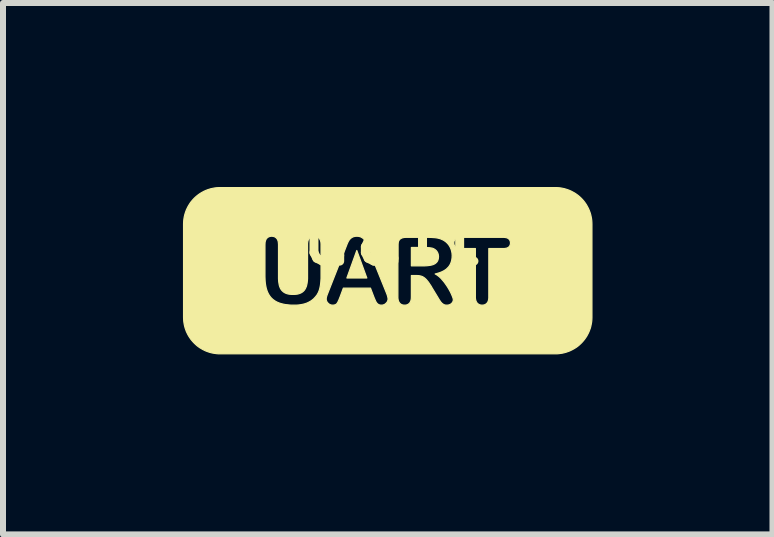
<source format=kicad_pcb>
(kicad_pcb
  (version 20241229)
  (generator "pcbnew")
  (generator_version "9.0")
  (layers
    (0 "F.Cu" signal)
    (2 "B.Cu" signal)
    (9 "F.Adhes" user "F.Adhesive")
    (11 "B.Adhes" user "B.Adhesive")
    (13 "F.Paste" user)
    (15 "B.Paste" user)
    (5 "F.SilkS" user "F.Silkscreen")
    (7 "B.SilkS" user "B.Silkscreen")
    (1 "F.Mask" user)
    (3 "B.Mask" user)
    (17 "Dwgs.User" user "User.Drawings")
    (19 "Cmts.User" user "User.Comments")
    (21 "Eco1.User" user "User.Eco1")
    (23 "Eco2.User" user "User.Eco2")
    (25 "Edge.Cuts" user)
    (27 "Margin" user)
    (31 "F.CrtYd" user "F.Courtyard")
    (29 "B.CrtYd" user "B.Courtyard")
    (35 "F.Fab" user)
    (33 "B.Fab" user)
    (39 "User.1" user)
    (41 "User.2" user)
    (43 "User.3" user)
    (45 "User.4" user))
  (footprint "uart"
    (layer "F.Cu")
    (at 3.446 1.348)
    (property "Reference" "uart" (at 0 -0.5 0) (unlocked yes) (layer "F.SilkS") (effects (font (size 1 1) (thickness 0.15))))
    (attr smd)
    (fp_poly (pts (xy -0.381 0.236) (xy -0.713 0.236) (xy -0.548 -0.222)) (stroke (width 0.02) (type solid)) (fill yes) (layer "F.SilkS"))
    (fp_poly (pts (xy 0.597 -0.272) (xy 0.623 -0.271) (xy 0.635 -0.27) (xy 0.646 -0.269) (xy 0.656 -0.269) (xy 0.666 -0.268) (xy 0.676 -0.266) (xy 0.685 -0.265) (xy 0.693 -0.264) (xy 0.7 -0.262) (xy 0.707 -0.261) (xy 0.714 -0.259) (xy 0.72 -0.257) (xy 0.725 -0.255) (xy 0.73 -0.253) (xy 0.735 -0.25) (xy 0.74 -0.248) (xy 0.745 -0.245) (xy 0.749 -0.242) (xy 0.754 -0.239) (xy 0.758 -0.236) (xy 0.762 -0.233) (xy 0.766 -0.23) (xy 0.77 -0.226) (xy 0.774 -0.222) (xy 0.777 -0.219) (xy 0.781 -0.215) (xy 0.784 -0.211) (xy 0.787 -0.206) (xy 0.79 -0.202) (xy 0.793 -0.198) (xy 0.796 -0.193) (xy 0.798 -0.189) (xy 0.8 -0.184) (xy 0.802 -0.179) (xy 0.804 -0.174) (xy 0.806 -0.169) (xy 0.808 -0.164) (xy 0.809 -0.159) (xy 0.81 -0.154) (xy 0.811 -0.149) (xy 0.812 -0.143) (xy 0.813 -0.138) (xy 0.813 -0.132) (xy 0.814 -0.127) (xy 0.814 -0.121) (xy 0.814 -0.114) (xy 0.813 -0.106) (xy 0.813 -0.1) (xy 0.812 -0.093) (xy 0.811 -0.086) (xy 0.809 -0.08) (xy 0.808 -0.074) (xy 0.806 -0.068) (xy 0.804 -0.062) (xy 0.802 -0.057) (xy 0.8 -0.051) (xy 0.797 -0.046) (xy 0.794 -0.041) (xy 0.791 -0.037) (xy 0.788 -0.032) (xy 0.784 -0.028) (xy 0.78 -0.024) (xy 0.776 -0.02) (xy 0.772 -0.016) (xy 0.768 -0.012) (xy 0.763 -0.009) (xy 0.759 -0.005) (xy 0.754 -0.002) (xy 0.749 0.001) (xy 0.743 0.004) (xy 0.738 0.007) (xy 0.732 0.009) (xy 0.726 0.012) (xy 0.72 0.014) (xy 0.713 0.016) (xy 0.707 0.018) (xy 0.7 0.02) (xy 0.686 0.023) (xy 0.671 0.026) (xy 0.655 0.028) (xy 0.638 0.03) (xy 0.621 0.032) (xy 0.602 0.033) (xy 0.583 0.034) (xy 0.564 0.034) (xy 0.362 0.034) (xy 0.362 -0.272) (xy 0.57 -0.272)) (stroke (width 0.02) (type solid)) (fill yes) (layer "F.SilkS"))
    (fp_poly (pts (xy 2.794 -1.27) (xy 2.825 -1.268) (xy 2.856 -1.264) (xy 2.886 -1.258) (xy 2.915 -1.252) (xy 2.944 -1.243) (xy 2.972 -1.234) (xy 3 -1.223) (xy 3.027 -1.211) (xy 3.053 -1.197) (xy 3.079 -1.183) (xy 3.104 -1.167) (xy 3.128 -1.15) (xy 3.151 -1.132) (xy 3.173 -1.113) (xy 3.194 -1.093) (xy 3.214 -1.072) (xy 3.233 -1.05) (xy 3.251 -1.027) (xy 3.268 -1.003) (xy 3.284 -0.978) (xy 3.298 -0.952) (xy 3.312 -0.926) (xy 3.324 -0.899) (xy 3.335 -0.871) (xy 3.345 -0.843) (xy 3.353 -0.814) (xy 3.359 -0.785) (xy 3.365 -0.755) (xy 3.369 -0.724) (xy 3.371 -0.693) (xy 3.372 -0.662) (xy 3.372 0.891) (xy 3.371 0.923) (xy 3.369 0.954) (xy 3.365 0.984) (xy 3.359 1.014) (xy 3.353 1.044) (xy 3.345 1.073) (xy 3.335 1.101) (xy 3.324 1.129) (xy 3.312 1.156) (xy 3.298 1.182) (xy 3.284 1.208) (xy 3.268 1.232) (xy 3.251 1.256) (xy 3.233 1.279) (xy 3.214 1.301) (xy 3.194 1.322) (xy 3.173 1.342) (xy 3.151 1.362) (xy 3.128 1.38) (xy 3.104 1.397) (xy 3.079 1.412) (xy 3.053 1.427) (xy 3.027 1.44) (xy 3 1.453) (xy 2.972 1.463) (xy 2.944 1.473) (xy 2.915 1.481) (xy 2.886 1.488) (xy 2.856 1.493) (xy 2.825 1.497) (xy 2.794 1.5) (xy 2.763 1.5) (xy -2.827 1.5) (xy -2.858 1.5) (xy -2.889 1.497) (xy -2.92 1.493) (xy -2.95 1.488) (xy -2.98 1.481) (xy -3.009 1.473) (xy -3.037 1.463) (xy -3.065 1.453) (xy -3.092 1.44) (xy -3.118 1.427) (xy -3.143 1.412) (xy -3.168 1.397) (xy -3.192 1.38) (xy -3.215 1.362) (xy -3.237 1.342) (xy -3.258 1.322) (xy -3.278 1.301) (xy -3.297 1.279) (xy -3.316 1.256) (xy -3.332 1.232) (xy -3.348 1.208) (xy -3.363 1.182) (xy -3.376 1.156) (xy -3.389 1.129) (xy -3.399 1.101) (xy -3.409 1.073) (xy -3.417 1.044) (xy -3.424 1.014) (xy -3.429 0.984) (xy -3.433 0.954) (xy -3.435 0.923) (xy -3.436 0.891) (xy -3.436 0.211) (xy -2.079 0.211) (xy -2.078 0.242) (xy -2.077 0.272) (xy -2.075 0.301) (xy -2.072 0.328) (xy -2.068 0.355) (xy -2.063 0.38) (xy -2.061 0.392) (xy -2.058 0.405) (xy -2.055 0.416) (xy -2.051 0.428) (xy -2.048 0.439) (xy -2.044 0.45) (xy -2.04 0.461) (xy -2.036 0.471) (xy -2.031 0.481) (xy -2.026 0.491) (xy -2.022 0.501) (xy -2.016 0.51) (xy -2.011 0.519) (xy -2.005 0.528) (xy -1.999 0.537) (xy -1.993 0.545) (xy -1.987 0.553) (xy -1.98 0.561) (xy -1.973 0.569) (xy -1.966 0.576) (xy -1.958 0.583) (xy -1.951 0.59) (xy -1.943 0.597) (xy -1.934 0.603) (xy -1.926 0.609) (xy -1.917 0.615) (xy -1.908 0.621) (xy -1.899 0.627) (xy -1.889 0.632) (xy -1.879 0.637) (xy -1.869 0.642) (xy -1.859 0.646) (xy -1.848 0.65) (xy -1.837 0.655) (xy -1.826 0.658) (xy -1.815 0.662) (xy -1.791 0.668) (xy -1.766 0.674) (xy -1.74 0.679) (xy -1.713 0.682) (xy -1.685 0.685) (xy -1.656 0.688) (xy -1.626 0.689) (xy -1.594 0.689) (xy -1.568 0.689) (xy -1.542 0.688) (xy -1.517 0.686) (xy -1.494 0.683) (xy -1.47 0.679) (xy -1.459 0.677) (xy -1.448 0.675) (xy -1.437 0.672) (xy -1.427 0.67) (xy -1.417 0.667) (xy -1.406 0.664) (xy -1.396 0.66) (xy -1.387 0.657) (xy -1.377 0.653) (xy -1.367 0.649) (xy -1.358 0.644) (xy -1.349 0.64) (xy -1.34 0.635) (xy -1.331 0.63) (xy -1.322 0.625) (xy -1.314 0.62) (xy -1.305 0.614) (xy -1.297 0.608) (xy -1.289 0.602) (xy -1.281 0.595) (xy -1.273 0.589) (xy -1.272 0.588) (xy -1.058 0.588) (xy -1.058 0.593) (xy -1.057 0.597) (xy -1.057 0.602) (xy -1.056 0.607) (xy -1.054 0.612) (xy -1.053 0.616) (xy -1.051 0.621) (xy -1.05 0.625) (xy -1.047 0.629) (xy -1.045 0.634) (xy -1.042 0.638) (xy -1.039 0.642) (xy -1.036 0.646) (xy -1.033 0.65) (xy -1.029 0.654) (xy -1.025 0.658) (xy -1.021 0.662) (xy -1.017 0.665) (xy -1.013 0.669) (xy -1.008 0.672) (xy -1.004 0.675) (xy -0.999 0.677) (xy -0.995 0.679) (xy -0.99 0.682) (xy -0.985 0.683) (xy -0.981 0.685) (xy -0.976 0.686) (xy -0.971 0.687) (xy -0.966 0.688) (xy -0.961 0.689) (xy -0.955 0.689) (xy -0.95 0.689) (xy -0.944 0.689) (xy -0.938 0.689) (xy -0.932 0.688) (xy -0.927 0.687) (xy -0.922 0.686) (xy -0.916 0.685) (xy -0.912 0.684) (xy -0.907 0.682) (xy -0.903 0.68) (xy -0.898 0.678) (xy -0.895 0.676) (xy -0.893 0.674) (xy -0.891 0.673) (xy -0.889 0.672) (xy -0.887 0.67) (xy -0.886 0.669) (xy -0.884 0.667) (xy -0.882 0.666) (xy -0.881 0.664) (xy -0.879 0.662) (xy -0.878 0.66) (xy -0.872 0.652) (xy -0.866 0.642) (xy -0.86 0.631) (xy -0.854 0.617) (xy -0.847 0.603) (xy -0.84 0.586) (xy -0.833 0.568) (xy -0.825 0.548) (xy -0.772 0.405) (xy -0.32 0.405) (xy -0.267 0.544) (xy -0.256 0.572) (xy -0.242 0.604) (xy -0.238 0.613) (xy -0.235 0.62) (xy -0.231 0.627) (xy -0.228 0.634) (xy -0.224 0.64) (xy -0.221 0.645) (xy -0.219 0.648) (xy -0.217 0.65) (xy -0.216 0.652) (xy -0.214 0.654) (xy -0.212 0.656) (xy -0.211 0.658) (xy -0.209 0.66) (xy -0.207 0.662) (xy -0.205 0.664) (xy -0.204 0.665) (xy -0.202 0.667) (xy -0.2 0.669) (xy -0.198 0.67) (xy -0.196 0.672) (xy -0.194 0.673) (xy -0.191 0.675) (xy -0.189 0.676) (xy -0.187 0.677) (xy -0.185 0.678) (xy -0.182 0.679) (xy -0.18 0.681) (xy -0.177 0.682) (xy -0.175 0.683) (xy -0.172 0.684) (xy -0.17 0.685) (xy -0.167 0.685) (xy -0.164 0.686) (xy -0.161 0.687) (xy -0.159 0.687) (xy -0.156 0.688) (xy -0.153 0.688) (xy -0.15 0.689) (xy -0.146 0.689) (xy -0.143 0.689) (xy -0.14 0.689) (xy -0.137 0.689) (xy -0.131 0.689) (xy -0.126 0.689) (xy -0.12 0.688) (xy -0.115 0.687) (xy -0.11 0.686) (xy -0.105 0.685) (xy -0.1 0.683) (xy -0.095 0.681) (xy -0.09 0.679) (xy -0.085 0.677) (xy -0.081 0.674) (xy -0.076 0.671) (xy -0.072 0.668) (xy -0.068 0.665) (xy -0.064 0.661) (xy -0.059 0.657) (xy -0.056 0.653) (xy -0.052 0.649) (xy -0.048 0.645) (xy -0.045 0.641) (xy -0.042 0.637) (xy -0.04 0.632) (xy -0.037 0.628) (xy -0.035 0.623) (xy -0.033 0.619) (xy -0.032 0.614) (xy -0.03 0.61) (xy -0.029 0.605) (xy -0.028 0.601) (xy -0.027 0.596) (xy -0.027 0.591) (xy -0.027 0.586) (xy -0.027 0.581) (xy -0.027 0.576) (xy -0.028 0.571) (xy -0.029 0.565) (xy -0.03 0.559) (xy -0.032 0.552) (xy 0.137 0.552) (xy 0.137 0.56) (xy 0.137 0.569) (xy 0.138 0.576) (xy 0.139 0.584) (xy 0.14 0.591) (xy 0.141 0.598) (xy 0.142 0.605) (xy 0.144 0.611) (xy 0.146 0.618) (xy 0.148 0.624) (xy 0.151 0.629) (xy 0.153 0.635) (xy 0.156 0.64) (xy 0.159 0.645) (xy 0.163 0.65) (xy 0.166 0.654) (xy 0.17 0.659) (xy 0.174 0.663) (xy 0.178 0.666) (xy 0.183 0.67) (xy 0.187 0.673) (xy 0.192 0.676) (xy 0.197 0.678) (xy 0.202 0.681) (xy 0.207 0.683) (xy 0.213 0.684) (xy 0.218 0.686) (xy 0.224 0.687) (xy 0.23 0.688) (xy 0.237 0.689) (xy 0.243 0.689) (xy 0.25 0.689) (xy 0.256 0.689) (xy 0.262 0.689) (xy 0.268 0.688) (xy 0.274 0.687) (xy 0.279 0.686) (xy 0.285 0.685) (xy 0.29 0.683) (xy 0.295 0.681) (xy 0.3 0.679) (xy 0.305 0.676) (xy 0.31 0.674) (xy 0.314 0.671) (xy 0.318 0.667) (xy 0.323 0.664) (xy 0.327 0.66) (xy 0.331 0.656) (xy 0.335 0.652) (xy 0.338 0.647) (xy 0.341 0.642) (xy 0.344 0.637) (xy 0.347 0.631) (xy 0.35 0.626) (xy 0.352 0.62) (xy 0.354 0.613) (xy 0.356 0.607) (xy 0.357 0.6) (xy 0.359 0.593) (xy 0.36 0.585) (xy 0.361 0.577) (xy 0.361 0.569) (xy 0.362 0.561) (xy 0.362 0.552) (xy 0.362 0.195) (xy 0.441 0.195) (xy 0.448 0.195) (xy 0.455 0.195) (xy 0.462 0.196) (xy 0.469 0.196) (xy 0.476 0.197) (xy 0.483 0.197) (xy 0.489 0.198) (xy 0.495 0.199) (xy 0.502 0.2) (xy 0.508 0.201) (xy 0.513 0.203) (xy 0.519 0.204) (xy 0.524 0.206) (xy 0.53 0.207) (xy 0.535 0.209) (xy 0.54 0.211) (xy 0.545 0.213) (xy 0.55 0.215) (xy 0.555 0.218) (xy 0.56 0.221) (xy 0.564 0.224) (xy 0.569 0.227) (xy 0.574 0.23) (xy 0.579 0.234) (xy 0.584 0.238) (xy 0.589 0.242) (xy 0.593 0.246) (xy 0.598 0.25) (xy 0.603 0.255) (xy 0.608 0.26) (xy 0.613 0.265) (xy 0.617 0.27) (xy 0.627 0.282) (xy 0.637 0.294) (xy 0.648 0.308) (xy 0.658 0.323) (xy 0.669 0.34) (xy 0.681 0.357) (xy 0.693 0.376) (xy 0.704 0.396) (xy 0.795 0.546) (xy 0.81 0.571) (xy 0.823 0.593) (xy 0.835 0.611) (xy 0.845 0.626) (xy 0.847 0.63) (xy 0.849 0.633) (xy 0.852 0.636) (xy 0.855 0.639) (xy 0.857 0.642) (xy 0.86 0.645) (xy 0.863 0.648) (xy 0.865 0.651) (xy 0.868 0.654) (xy 0.871 0.657) (xy 0.874 0.659) (xy 0.877 0.662) (xy 0.88 0.664) (xy 0.883 0.667) (xy 0.886 0.669) (xy 0.889 0.671) (xy 0.893 0.673) (xy 0.896 0.675) (xy 0.899 0.677) (xy 0.903 0.679) (xy 0.907 0.681) (xy 0.91 0.682) (xy 0.914 0.684) (xy 0.918 0.685) (xy 0.922 0.686) (xy 0.926 0.687) (xy 0.931 0.688) (xy 0.935 0.688) (xy 0.939 0.689) (xy 0.944 0.689) (xy 0.948 0.689) (xy 0.953 0.689) (xy 0.957 0.689) (xy 0.961 0.689) (xy 0.965 0.689) (xy 0.969 0.688) (xy 0.972 0.688) (xy 0.976 0.687) (xy 0.979 0.687) (xy 0.983 0.686) (xy 0.986 0.685) (xy 0.99 0.684) (xy 0.993 0.683) (xy 0.997 0.682) (xy 1 0.681) (xy 1.003 0.679) (xy 1.006 0.678) (xy 1.009 0.676) (xy 1.012 0.675) (xy 1.015 0.673) (xy 1.018 0.672) (xy 1.021 0.67) (xy 1.023 0.668) (xy 1.026 0.666) (xy 1.028 0.664) (xy 1.031 0.662) (xy 1.033 0.66) (xy 1.035 0.658) (xy 1.037 0.655) (xy 1.04 0.653) (xy 1.042 0.651) (xy 1.043 0.648) (xy 1.045 0.646) (xy 1.047 0.643) (xy 1.049 0.64) (xy 1.05 0.638) (xy 1.052 0.635) (xy 1.053 0.632) (xy 1.055 0.629) (xy 1.056 0.627) (xy 1.057 0.624) (xy 1.058 0.621) (xy 1.059 0.618) (xy 1.059 0.616) (xy 1.06 0.613) (xy 1.061 0.61) (xy 1.061 0.607) (xy 1.061 0.605) (xy 1.061 0.602) (xy 1.061 0.599) (xy 1.061 0.596) (xy 1.061 0.593) (xy 1.061 0.59) (xy 1.06 0.586) (xy 1.058 0.578) (xy 1.055 0.569) (xy 1.052 0.559) (xy 1.048 0.548) (xy 1.043 0.535) (xy 1.037 0.522) (xy 1.031 0.507) (xy 1.024 0.493) (xy 1.017 0.477) (xy 1.009 0.462) (xy 1 0.446) (xy 0.991 0.429) (xy 0.981 0.412) (xy 0.971 0.395) (xy 0.96 0.378) (xy 0.949 0.361) (xy 0.937 0.344) (xy 0.925 0.327) (xy 0.913 0.31) (xy 0.9 0.294) (xy 0.887 0.278) (xy 0.873 0.263) (xy 0.867 0.255) (xy 0.86 0.247) (xy 0.853 0.24) (xy 0.846 0.233) (xy 0.839 0.227) (xy 0.832 0.22) (xy 0.825 0.214) (xy 0.818 0.208) (xy 0.81 0.202) (xy 0.803 0.197) (xy 0.796 0.191) (xy 0.789 0.186) (xy 0.781 0.182) (xy 0.774 0.177) (xy 0.767 0.173) (xy 0.759 0.169) (xy 0.777 0.165) (xy 0.794 0.16) (xy 0.81 0.155) (xy 0.826 0.15) (xy 0.841 0.145) (xy 0.856 0.139) (xy 0.87 0.133) (xy 0.883 0.127) (xy 0.896 0.12) (xy 0.909 0.113) (xy 0.921 0.105) (xy 0.932 0.098) (xy 0.943 0.09) (xy 0.953 0.081) (xy 0.962 0.072) (xy 0.971 0.063) (xy 0.98 0.054) (xy 0.988 0.044) (xy 0.995 0.034) (xy 1.002 0.023) (xy 1.008 0.012) (xy 1.014 0.001) (xy 1.019 -0.011) (xy 1.024 -0.024) (xy 1.028 -0.036) (xy 1.032 -0.049) (xy 1.035 -0.063) (xy 1.037 -0.076) (xy 1.039 -0.09) (xy 1.041 -0.105) (xy 1.041 -0.12) (xy 1.042 -0.135) (xy 1.042 -0.143) (xy 1.041 -0.15) (xy 1.041 -0.158) (xy 1.04 -0.165) (xy 1.04 -0.173) (xy 1.039 -0.18) (xy 1.038 -0.187) (xy 1.036 -0.194) (xy 1.035 -0.201) (xy 1.033 -0.208) (xy 1.032 -0.215) (xy 1.03 -0.222) (xy 1.028 -0.229) (xy 1.026 -0.236) (xy 1.023 -0.243) (xy 1.021 -0.25) (xy 1.018 -0.257) (xy 1.015 -0.263) (xy 1.012 -0.27) (xy 1.009 -0.276) (xy 1.006 -0.283) (xy 1.002 -0.289) (xy 0.999 -0.295) (xy 0.995 -0.301) (xy 0.991 -0.307) (xy 0.987 -0.313) (xy 0.983 -0.318) (xy 0.979 -0.324) (xy 0.974 -0.329) (xy 0.97 -0.335) (xy 0.965 -0.34) (xy 0.96 -0.345) (xy 0.958 -0.348) (xy 1.07 -0.348) (xy 1.07 -0.342) (xy 1.07 -0.337) (xy 1.071 -0.332) (xy 1.072 -0.328) (xy 1.072 -0.323) (xy 1.074 -0.319) (xy 1.075 -0.314) (xy 1.077 -0.31) (xy 1.079 -0.306) (xy 1.081 -0.302) (xy 1.083 -0.298) (xy 1.086 -0.294) (xy 1.088 -0.29) (xy 1.091 -0.287) (xy 1.094 -0.283) (xy 1.098 -0.28) (xy 1.101 -0.277) (xy 1.105 -0.274) (xy 1.109 -0.272) (xy 1.114 -0.269) (xy 1.118 -0.267) (xy 1.123 -0.265) (xy 1.128 -0.263) (xy 1.133 -0.261) (xy 1.139 -0.26) (xy 1.144 -0.259) (xy 1.15 -0.257) (xy 1.156 -0.257) (xy 1.163 -0.256) (xy 1.169 -0.255) (xy 1.176 -0.255) (xy 1.183 -0.255) (xy 1.429 -0.255) (xy 1.429 0.552) (xy 1.429 0.561) (xy 1.429 0.569) (xy 1.43 0.577) (xy 1.431 0.584) (xy 1.432 0.592) (xy 1.433 0.599) (xy 1.435 0.606) (xy 1.437 0.612) (xy 1.439 0.619) (xy 1.441 0.625) (xy 1.444 0.63) (xy 1.447 0.636) (xy 1.45 0.641) (xy 1.453 0.646) (xy 1.456 0.651) (xy 1.46 0.655) (xy 1.464 0.659) (xy 1.468 0.663) (xy 1.473 0.667) (xy 1.477 0.67) (xy 1.482 0.673) (xy 1.487 0.676) (xy 1.491 0.679) (xy 1.496 0.681) (xy 1.502 0.683) (xy 1.507 0.684) (xy 1.512 0.686) (xy 1.518 0.687) (xy 1.524 0.688) (xy 1.53 0.689) (xy 1.536 0.689) (xy 1.542 0.689) (xy 1.548 0.689) (xy 1.554 0.689) (xy 1.56 0.688) (xy 1.565 0.687) (xy 1.571 0.686) (xy 1.576 0.685) (xy 1.582 0.683) (xy 1.587 0.681) (xy 1.592 0.679) (xy 1.596 0.676) (xy 1.601 0.674) (xy 1.606 0.671) (xy 1.61 0.667) (xy 1.614 0.664) (xy 1.618 0.66) (xy 1.622 0.656) (xy 1.626 0.652) (xy 1.63 0.647) (xy 1.633 0.642) (xy 1.636 0.637) (xy 1.639 0.631) (xy 1.641 0.625) (xy 1.644 0.619) (xy 1.646 0.613) (xy 1.647 0.606) (xy 1.649 0.599) (xy 1.65 0.592) (xy 1.651 0.585) (xy 1.652 0.577) (xy 1.653 0.569) (xy 1.653 0.561) (xy 1.653 0.552) (xy 1.653 -0.255) (xy 1.899 -0.255) (xy 1.906 -0.255) (xy 1.913 -0.255) (xy 1.92 -0.256) (xy 1.926 -0.257) (xy 1.932 -0.257) (xy 1.938 -0.259) (xy 1.944 -0.26) (xy 1.949 -0.261) (xy 1.955 -0.263) (xy 1.96 -0.265) (xy 1.965 -0.267) (xy 1.969 -0.269) (xy 1.974 -0.272) (xy 1.978 -0.274) (xy 1.982 -0.277) (xy 1.985 -0.28) (xy 1.989 -0.283) (xy 1.992 -0.287) (xy 1.995 -0.29) (xy 1.998 -0.294) (xy 2.001 -0.298) (xy 2.003 -0.302) (xy 2.005 -0.306) (xy 2.007 -0.31) (xy 2.009 -0.314) (xy 2.01 -0.319) (xy 2.011 -0.323) (xy 2.012 -0.328) (xy 2.013 -0.332) (xy 2.014 -0.337) (xy 2.014 -0.342) (xy 2.014 -0.348) (xy 2.014 -0.353) (xy 2.014 -0.358) (xy 2.013 -0.363) (xy 2.012 -0.367) (xy 2.011 -0.372) (xy 2.01 -0.377) (xy 2.009 -0.381) (xy 2.007 -0.385) (xy 2.005 -0.389) (xy 2.003 -0.393) (xy 2.001 -0.397) (xy 1.998 -0.401) (xy 1.995 -0.405) (xy 1.992 -0.408) (xy 1.989 -0.412) (xy 1.985 -0.415) (xy 1.982 -0.418) (xy 1.978 -0.421) (xy 1.974 -0.424) (xy 1.969 -0.426) (xy 1.965 -0.429) (xy 1.96 -0.431) (xy 1.955 -0.433) (xy 1.95 -0.434) (xy 1.944 -0.436) (xy 1.938 -0.437) (xy 1.932 -0.438) (xy 1.926 -0.439) (xy 1.92 -0.44) (xy 1.913 -0.44) (xy 1.906 -0.441) (xy 1.899 -0.441) (xy 1.183 -0.441) (xy 1.177 -0.441) (xy 1.17 -0.44) (xy 1.164 -0.44) (xy 1.157 -0.439) (xy 1.151 -0.438) (xy 1.146 -0.437) (xy 1.14 -0.436) (xy 1.135 -0.435) (xy 1.129 -0.433) (xy 1.124 -0.431) (xy 1.12 -0.429) (xy 1.115 -0.427) (xy 1.111 -0.424) (xy 1.106 -0.422) (xy 1.102 -0.419) (xy 1.099 -0.416) (xy 1.095 -0.413) (xy 1.092 -0.409) (xy 1.089 -0.406) (xy 1.086 -0.402) (xy 1.083 -0.398) (xy 1.081 -0.394) (xy 1.079 -0.39) (xy 1.077 -0.386) (xy 1.075 -0.382) (xy 1.074 -0.377) (xy 1.073 -0.373) (xy 1.072 -0.368) (xy 1.071 -0.363) (xy 1.07 -0.358) (xy 1.07 -0.353) (xy 1.07 -0.348) (xy 0.958 -0.348) (xy 0.955 -0.35) (xy 0.95 -0.355) (xy 0.944 -0.36) (xy 0.939 -0.365) (xy 0.934 -0.369) (xy 0.928 -0.373) (xy 0.922 -0.377) (xy 0.917 -0.381) (xy 0.911 -0.385) (xy 0.905 -0.389) (xy 0.899 -0.393) (xy 0.893 -0.396) (xy 0.887 -0.399) (xy 0.88 -0.402) (xy 0.874 -0.405) (xy 0.867 -0.408) (xy 0.856 -0.413) (xy 0.845 -0.417) (xy 0.834 -0.421) (xy 0.822 -0.424) (xy 0.809 -0.427) (xy 0.797 -0.43) (xy 0.784 -0.432) (xy 0.77 -0.434) (xy 0.757 -0.436) (xy 0.742 -0.437) (xy 0.727 -0.438) (xy 0.711 -0.439) (xy 0.695 -0.44) (xy 0.677 -0.44) (xy 0.659 -0.441) (xy 0.641 -0.441) (xy 0.275 -0.441) (xy 0.266 -0.441) (xy 0.257 -0.44) (xy 0.249 -0.44) (xy 0.241 -0.439) (xy 0.233 -0.438) (xy 0.226 -0.436) (xy 0.219 -0.435) (xy 0.212 -0.433) (xy 0.206 -0.43) (xy 0.199 -0.428) (xy 0.194 -0.425) (xy 0.188 -0.422) (xy 0.183 -0.419) (xy 0.178 -0.416) (xy 0.174 -0.412) (xy 0.169 -0.408) (xy 0.165 -0.404) (xy 0.162 -0.399) (xy 0.158 -0.395) (xy 0.155 -0.389) (xy 0.152 -0.384) (xy 0.149 -0.378) (xy 0.147 -0.372) (xy 0.145 -0.366) (xy 0.143 -0.359) (xy 0.141 -0.352) (xy 0.14 -0.344) (xy 0.139 -0.337) (xy 0.138 -0.329) (xy 0.137 -0.32) (xy 0.137 -0.312) (xy 0.137 -0.303) (xy 0.137 0.552) (xy -0.032 0.552) (xy -0.032 0.552) (xy -0.035 0.538) (xy -0.04 0.522) (xy -0.046 0.505) (xy -0.053 0.487) (xy -0.061 0.467) (xy -0.351 -0.25) (xy -0.361 -0.275) (xy -0.37 -0.298) (xy -0.378 -0.318) (xy -0.385 -0.335) (xy -0.389 -0.344) (xy -0.392 -0.351) (xy -0.396 -0.359) (xy -0.4 -0.367) (xy -0.404 -0.374) (xy -0.409 -0.382) (xy -0.413 -0.389) (xy -0.418 -0.396) (xy -0.42 -0.399) (xy -0.423 -0.403) (xy -0.426 -0.406) (xy -0.428 -0.409) (xy -0.431 -0.413) (xy -0.434 -0.416) (xy -0.437 -0.419) (xy -0.44 -0.421) (xy -0.443 -0.424) (xy -0.447 -0.427) (xy -0.45 -0.43) (xy -0.454 -0.432) (xy -0.457 -0.435) (xy -0.461 -0.437) (xy -0.465 -0.439) (xy -0.469 -0.441) (xy -0.473 -0.444) (xy -0.477 -0.446) (xy -0.481 -0.448) (xy -0.485 -0.449) (xy -0.49 -0.451) (xy -0.494 -0.453) (xy -0.499 -0.454) (xy -0.504 -0.455) (xy -0.509 -0.456) (xy -0.514 -0.457) (xy -0.519 -0.458) (xy -0.524 -0.459) (xy -0.53 -0.459) (xy -0.535 -0.459) (xy -0.541 -0.46) (xy -0.547 -0.46) (xy -0.553 -0.46) (xy -0.558 -0.459) (xy -0.564 -0.459) (xy -0.569 -0.459) (xy -0.574 -0.458) (xy -0.58 -0.457) (xy -0.585 -0.456) (xy -0.59 -0.455) (xy -0.594 -0.454) (xy -0.599 -0.453) (xy -0.604 -0.451) (xy -0.608 -0.449) (xy -0.612 -0.448) (xy -0.617 -0.446) (xy -0.621 -0.444) (xy -0.625 -0.441) (xy -0.629 -0.439) (xy -0.633 -0.437) (xy -0.636 -0.435) (xy -0.64 -0.432) (xy -0.643 -0.429) (xy -0.647 -0.427) (xy -0.65 -0.424) (xy -0.653 -0.421) (xy -0.656 -0.418) (xy -0.659 -0.415) (xy -0.662 -0.412) (xy -0.665 -0.409) (xy -0.668 -0.406) (xy -0.671 -0.402) (xy -0.673 -0.399) (xy -0.676 -0.395) (xy -0.68 -0.388) (xy -0.685 -0.38) (xy -0.69 -0.372) (xy -0.694 -0.363) (xy -0.699 -0.353) (xy -0.703 -0.344) (xy -0.708 -0.333) (xy -0.712 -0.323) (xy -0.741 -0.248) (xy -1.025 0.473) (xy -1.033 0.494) (xy -1.037 0.503) (xy -1.04 0.512) (xy -1.043 0.52) (xy -1.046 0.527) (xy -1.048 0.534) (xy -1.05 0.541) (xy -1.052 0.547) (xy -1.053 0.553) (xy -1.055 0.559) (xy -1.056 0.565) (xy -1.057 0.57) (xy -1.057 0.576) (xy -1.058 0.582) (xy -1.058 0.588) (xy -1.272 0.588) (xy -1.265 0.582) (xy -1.257 0.573) (xy -1.249 0.565) (xy -1.241 0.556) (xy -1.233 0.547) (xy -1.226 0.538) (xy -1.219 0.529) (xy -1.212 0.52) (xy -1.206 0.51) (xy -1.201 0.501) (xy -1.195 0.491) (xy -1.19 0.481) (xy -1.185 0.471) (xy -1.181 0.46) (xy -1.177 0.45) (xy -1.173 0.439) (xy -1.17 0.429) (xy -1.164 0.406) (xy -1.159 0.382) (xy -1.154 0.357) (xy -1.151 0.331) (xy -1.148 0.303) (xy -1.146 0.274) (xy -1.144 0.243) (xy -1.144 0.211) (xy -1.144 -0.323) (xy -1.144 -0.332) (xy -1.145 -0.34) (xy -1.145 -0.348) (xy -1.146 -0.356) (xy -1.147 -0.363) (xy -1.149 -0.37) (xy -1.15 -0.377) (xy -1.152 -0.383) (xy -1.154 -0.39) (xy -1.157 -0.396) (xy -1.159 -0.401) (xy -1.162 -0.407) (xy -1.165 -0.412) (xy -1.168 -0.417) (xy -1.172 -0.421) (xy -1.176 -0.426) (xy -1.18 -0.43) (xy -1.184 -0.434) (xy -1.188 -0.437) (xy -1.193 -0.44) (xy -1.197 -0.444) (xy -1.202 -0.446) (xy -1.207 -0.449) (xy -1.212 -0.451) (xy -1.217 -0.453) (xy -1.222 -0.455) (xy -1.228 -0.456) (xy -1.234 -0.458) (xy -1.239 -0.458) (xy -1.245 -0.459) (xy -1.251 -0.46) (xy -1.258 -0.46) (xy -1.264 -0.46) (xy -1.27 -0.459) (xy -1.276 -0.458) (xy -1.282 -0.458) (xy -1.288 -0.456) (xy -1.293 -0.455) (xy -1.298 -0.453) (xy -1.303 -0.451) (xy -1.308 -0.449) (xy -1.313 -0.446) (xy -1.318 -0.444) (xy -1.322 -0.44) (xy -1.327 -0.437) (xy -1.331 -0.434) (xy -1.335 -0.43) (xy -1.339 -0.426) (xy -1.343 -0.421) (xy -1.346 -0.417) (xy -1.349 -0.412) (xy -1.352 -0.407) (xy -1.355 -0.401) (xy -1.357 -0.396) (xy -1.36 -0.39) (xy -1.362 -0.383) (xy -1.363 -0.377) (xy -1.365 -0.37) (xy -1.366 -0.363) (xy -1.367 -0.356) (xy -1.368 -0.348) (xy -1.369 -0.34) (xy -1.369 -0.332) (xy -1.369 -0.323) (xy -1.369 0.228) (xy -1.369 0.245) (xy -1.37 0.262) (xy -1.371 0.279) (xy -1.373 0.294) (xy -1.375 0.31) (xy -1.377 0.324) (xy -1.38 0.339) (xy -1.383 0.352) (xy -1.386 0.365) (xy -1.39 0.378) (xy -1.395 0.39) (xy -1.4 0.401) (xy -1.405 0.412) (xy -1.411 0.422) (xy -1.417 0.432) (xy -1.424 0.441) (xy -1.431 0.449) (xy -1.439 0.457) (xy -1.447 0.464) (xy -1.456 0.471) (xy -1.465 0.477) (xy -1.476 0.483) (xy -1.486 0.488) (xy -1.498 0.493) (xy -1.51 0.497) (xy -1.522 0.501) (xy -1.535 0.504) (xy -1.549 0.506) (xy -1.563 0.508) (xy -1.578 0.509) (xy -1.594 0.51) (xy -1.61 0.51) (xy -1.622 0.51) (xy -1.633 0.51) (xy -1.645 0.509) (xy -1.655 0.508) (xy -1.666 0.507) (xy -1.676 0.506) (xy -1.686 0.504) (xy -1.695 0.502) (xy -1.704 0.5) (xy -1.713 0.497) (xy -1.722 0.494) (xy -1.73 0.491) (xy -1.737 0.488) (xy -1.745 0.484) (xy -1.752 0.48) (xy -1.759 0.476) (xy -1.765 0.472) (xy -1.772 0.467) (xy -1.778 0.462) (xy -1.783 0.457) (xy -1.789 0.452) (xy -1.794 0.446) (xy -1.799 0.441) (xy -1.804 0.435) (xy -1.808 0.428) (xy -1.813 0.422) (xy -1.817 0.416) (xy -1.82 0.409) (xy -1.824 0.402) (xy -1.827 0.394) (xy -1.83 0.387) (xy -1.833 0.379) (xy -1.838 0.363) (xy -1.842 0.346) (xy -1.845 0.328) (xy -1.848 0.309) (xy -1.851 0.289) (xy -1.852 0.268) (xy -1.853 0.246) (xy -1.853 0.223) (xy -1.853 -0.323) (xy -1.854 -0.332) (xy -1.854 -0.34) (xy -1.855 -0.348) (xy -1.855 -0.355) (xy -1.857 -0.363) (xy -1.858 -0.37) (xy -1.859 -0.376) (xy -1.861 -0.383) (xy -1.863 -0.389) (xy -1.866 -0.395) (xy -1.868 -0.401) (xy -1.871 -0.406) (xy -1.874 -0.412) (xy -1.877 -0.417) (xy -1.881 -0.421) (xy -1.885 -0.426) (xy -1.888 -0.43) (xy -1.893 -0.434) (xy -1.897 -0.437) (xy -1.901 -0.44) (xy -1.906 -0.444) (xy -1.91 -0.446) (xy -1.915 -0.449) (xy -1.92 -0.451) (xy -1.926 -0.453) (xy -1.931 -0.455) (xy -1.937 -0.456) (xy -1.942 -0.458) (xy -1.948 -0.458) (xy -1.954 -0.459) (xy -1.961 -0.46) (xy -1.967 -0.46) (xy -1.973 -0.46) (xy -1.979 -0.459) (xy -1.985 -0.458) (xy -1.991 -0.458) (xy -1.997 -0.456) (xy -2.002 -0.455) (xy -2.007 -0.453) (xy -2.012 -0.451) (xy -2.017 -0.449) (xy -2.022 -0.446) (xy -2.027 -0.444) (xy -2.032 -0.44) (xy -2.036 -0.437) (xy -2.04 -0.434) (xy -2.044 -0.43) (xy -2.048 -0.426) (xy -2.052 -0.421) (xy -2.055 -0.417) (xy -2.059 -0.412) (xy -2.062 -0.406) (xy -2.064 -0.401) (xy -2.067 -0.395) (xy -2.069 -0.389) (xy -2.071 -0.383) (xy -2.073 -0.376) (xy -2.074 -0.37) (xy -2.076 -0.363) (xy -2.077 -0.355) (xy -2.078 -0.348) (xy -2.078 -0.34) (xy -2.078 -0.332) (xy -2.079 -0.323) (xy -2.079 0.211) (xy -3.436 0.211) (xy -3.436 -0.662) (xy -3.435 -0.693) (xy -3.433 -0.724) (xy -3.429 -0.755) (xy -3.424 -0.785) (xy -3.417 -0.814) (xy -3.409 -0.843) (xy -3.399 -0.871) (xy -3.389 -0.899) (xy -3.376 -0.926) (xy -3.363 -0.952) (xy -3.348 -0.978) (xy -3.332 -1.003) (xy -3.316 -1.027) (xy -3.297 -1.05) (xy -3.278 -1.072) (xy -3.258 -1.093) (xy -3.237 -1.113) (xy -3.215 -1.132) (xy -3.192 -1.15) (xy -3.168 -1.167) (xy -3.143 -1.183) (xy -3.118 -1.197) (xy -3.092 -1.211) (xy -3.065 -1.223) (xy -3.037 -1.234) (xy -3.009 -1.243) (xy -2.98 -1.252) (xy -2.95 -1.258) (xy -2.92 -1.264) (xy -2.889 -1.268) (xy -2.858 -1.27) (xy -2.827 -1.271) (xy 2.763 -1.271)) (stroke (width 0.02) (type solid)) (fill yes) (layer "F.SilkS")))
  (gr_rect
    (start -3 -3)
    (end 9.828 5.859)
    (stroke (width 0.1) (type default))
    (fill no)
    (layer "Edge.Cuts")))
</source>
